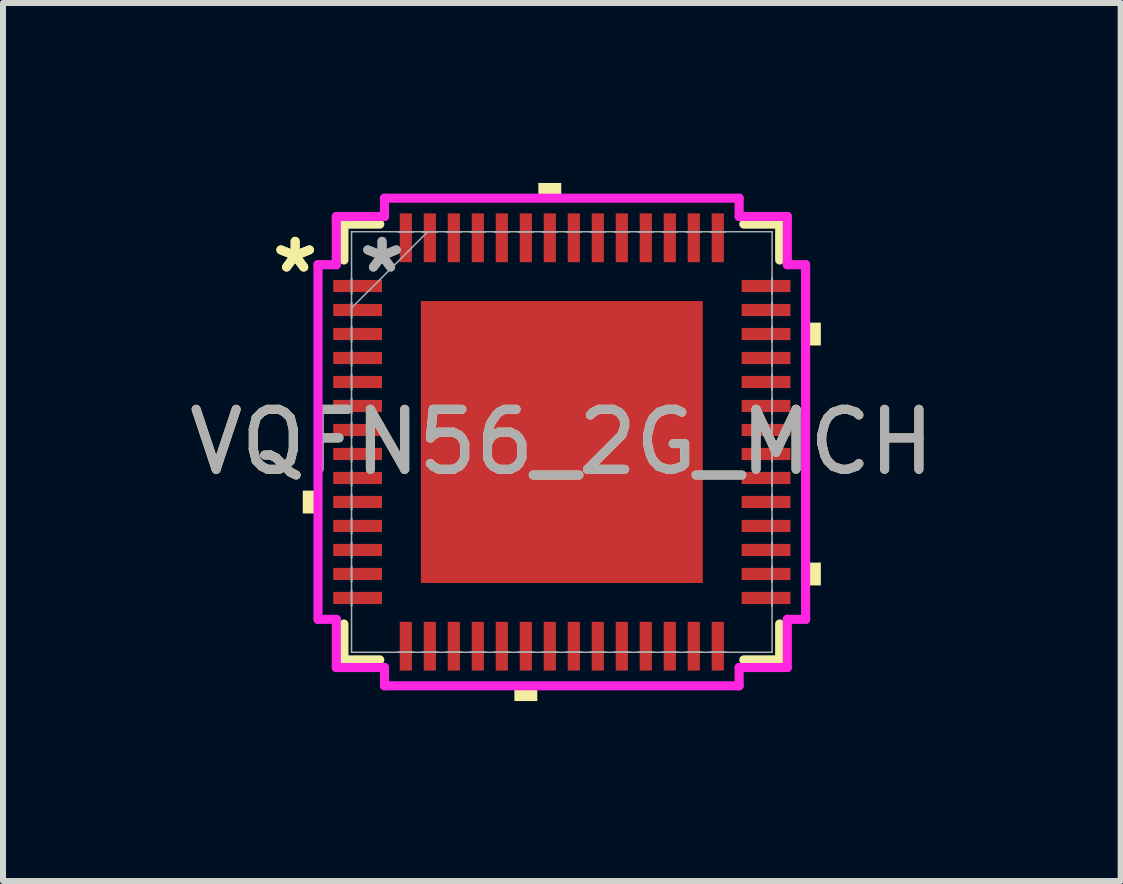
<source format=kicad_pcb>
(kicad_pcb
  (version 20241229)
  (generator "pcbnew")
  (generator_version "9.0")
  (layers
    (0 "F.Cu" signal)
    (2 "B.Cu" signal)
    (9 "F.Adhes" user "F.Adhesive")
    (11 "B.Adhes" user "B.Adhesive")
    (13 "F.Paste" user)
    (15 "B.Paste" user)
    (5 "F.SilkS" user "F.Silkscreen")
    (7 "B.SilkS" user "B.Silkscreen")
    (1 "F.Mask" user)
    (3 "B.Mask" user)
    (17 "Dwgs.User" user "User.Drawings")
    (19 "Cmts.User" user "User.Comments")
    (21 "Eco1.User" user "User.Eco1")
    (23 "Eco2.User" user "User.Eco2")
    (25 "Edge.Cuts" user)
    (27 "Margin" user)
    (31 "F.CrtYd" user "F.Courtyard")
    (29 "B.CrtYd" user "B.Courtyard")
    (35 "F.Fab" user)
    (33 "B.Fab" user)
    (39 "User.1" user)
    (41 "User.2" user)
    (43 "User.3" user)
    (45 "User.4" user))
  (footprint "VQFN56_2G_MCH"
    (layer "F.Cu")
    (at 6.315 4.318)
    (property "Reference" "VQFN56_2G_MCH" (at 0 0 0) (unlocked yes) (layer "F.SilkS") (effects (font (size 1 1) (thickness 0.15))))
    (attr smd)
    (fp_line (start -3.632 -3.632) (end -3.632 -3.034) (stroke (width 0.152) (type solid)) (layer "F.SilkS"))
    (fp_line (start -3.632 3.034) (end -3.632 3.632) (stroke (width 0.152) (type solid)) (layer "F.SilkS"))
    (fp_line (start -3.632 3.632) (end -3.034 3.632) (stroke (width 0.152) (type solid)) (layer "F.SilkS"))
    (fp_line (start -3.034 -3.632) (end -3.632 -3.632) (stroke (width 0.152) (type solid)) (layer "F.SilkS"))
    (fp_line (start 3.034 3.632) (end 3.632 3.632) (stroke (width 0.152) (type solid)) (layer "F.SilkS"))
    (fp_line (start 3.632 -3.632) (end 3.034 -3.632) (stroke (width 0.152) (type solid)) (layer "F.SilkS"))
    (fp_line (start 3.632 -3.034) (end 3.632 -3.632) (stroke (width 0.152) (type solid)) (layer "F.SilkS"))
    (fp_line (start 3.632 3.632) (end 3.632 3.034) (stroke (width 0.152) (type solid)) (layer "F.SilkS"))
    (fp_poly (pts (xy -4.318 0.81) (xy -4.318 1.191) (xy -4.064 1.191) (xy -4.064 0.81)) (stroke (width 0) (type solid)) (fill yes) (layer "F.SilkS"))
    (fp_poly (pts (xy -0.79 4.064) (xy -0.79 4.318) (xy -0.409 4.318) (xy -0.409 4.064)) (stroke (width 0) (type solid)) (fill yes) (layer "F.SilkS"))
    (fp_poly (pts (xy -0.391 -4.064) (xy -0.391 -4.318) (xy -0.009 -4.318) (xy -0.009 -4.064)) (stroke (width 0) (type solid)) (fill yes) (layer "F.SilkS"))
    (fp_poly (pts (xy 4.318 -1.99) (xy 4.318 -1.609) (xy 4.064 -1.609) (xy 4.064 -1.99)) (stroke (width 0) (type solid)) (fill yes) (layer "F.SilkS"))
    (fp_poly (pts (xy 4.318 2.01) (xy 4.318 2.391) (xy 4.064 2.391) (xy 4.064 2.01)) (stroke (width 0) (type solid)) (fill yes) (layer "F.SilkS"))
    (fp_poly (pts (xy -2.249 -2.249) (xy -2.249 -0.883) (xy -0.883 -0.883) (xy -0.883 -2.249)) (stroke (width 0) (type solid)) (fill yes) (layer "F.Paste"))
    (fp_poly (pts (xy -2.249 -0.683) (xy -2.249 0.683) (xy -0.883 0.683) (xy -0.883 -0.683)) (stroke (width 0) (type solid)) (fill yes) (layer "F.Paste"))
    (fp_poly (pts (xy -2.249 0.883) (xy -2.249 2.249) (xy -0.883 2.249) (xy -0.883 0.883)) (stroke (width 0) (type solid)) (fill yes) (layer "F.Paste"))
    (fp_poly (pts (xy -0.683 -2.249) (xy -0.683 -0.883) (xy 0.683 -0.883) (xy 0.683 -2.249)) (stroke (width 0) (type solid)) (fill yes) (layer "F.Paste"))
    (fp_poly (pts (xy -0.683 -0.683) (xy -0.683 0.683) (xy 0.683 0.683) (xy 0.683 -0.683)) (stroke (width 0) (type solid)) (fill yes) (layer "F.Paste"))
    (fp_poly (pts (xy -0.683 0.883) (xy -0.683 2.249) (xy 0.683 2.249) (xy 0.683 0.883)) (stroke (width 0) (type solid)) (fill yes) (layer "F.Paste"))
    (fp_poly (pts (xy 0.883 -2.249) (xy 0.883 -0.883) (xy 2.249 -0.883) (xy 2.249 -2.249)) (stroke (width 0) (type solid)) (fill yes) (layer "F.Paste"))
    (fp_poly (pts (xy 0.883 -0.683) (xy 0.883 0.683) (xy 2.249 0.683) (xy 2.249 -0.683)) (stroke (width 0) (type solid)) (fill yes) (layer "F.Paste"))
    (fp_poly (pts (xy 0.883 0.883) (xy 0.883 2.249) (xy 2.249 2.249) (xy 2.249 0.883)) (stroke (width 0) (type solid)) (fill yes) (layer "F.Paste"))
    (fp_line (start -4.064 -2.956) (end -3.759 -2.956) (stroke (width 0.152) (type solid)) (layer "F.CrtYd"))
    (fp_line (start -4.064 2.956) (end -4.064 -2.956) (stroke (width 0.152) (type solid)) (layer "F.CrtYd"))
    (fp_line (start -3.759 -3.759) (end -2.956 -3.759) (stroke (width 0.152) (type solid)) (layer "F.CrtYd"))
    (fp_line (start -3.759 -2.956) (end -3.759 -3.759) (stroke (width 0.152) (type solid)) (layer "F.CrtYd"))
    (fp_line (start -3.759 2.956) (end -4.064 2.956) (stroke (width 0.152) (type solid)) (layer "F.CrtYd"))
    (fp_line (start -3.759 3.759) (end -3.759 2.956) (stroke (width 0.152) (type solid)) (layer "F.CrtYd"))
    (fp_line (start -2.956 -4.064) (end 2.956 -4.064) (stroke (width 0.152) (type solid)) (layer "F.CrtYd"))
    (fp_line (start -2.956 -3.759) (end -2.956 -4.064) (stroke (width 0.152) (type solid)) (layer "F.CrtYd"))
    (fp_line (start -2.956 3.759) (end -3.759 3.759) (stroke (width 0.152) (type solid)) (layer "F.CrtYd"))
    (fp_line (start -2.956 4.064) (end -2.956 3.759) (stroke (width 0.152) (type solid)) (layer "F.CrtYd"))
    (fp_line (start 2.956 -4.064) (end 2.956 -3.759) (stroke (width 0.152) (type solid)) (layer "F.CrtYd"))
    (fp_line (start 2.956 -3.759) (end 3.759 -3.759) (stroke (width 0.152) (type solid)) (layer "F.CrtYd"))
    (fp_line (start 2.956 3.759) (end 2.956 4.064) (stroke (width 0.152) (type solid)) (layer "F.CrtYd"))
    (fp_line (start 2.956 4.064) (end -2.956 4.064) (stroke (width 0.152) (type solid)) (layer "F.CrtYd"))
    (fp_line (start 3.759 -3.759) (end 3.759 -2.956) (stroke (width 0.152) (type solid)) (layer "F.CrtYd"))
    (fp_line (start 3.759 -2.956) (end 4.064 -2.956) (stroke (width 0.152) (type solid)) (layer "F.CrtYd"))
    (fp_line (start 3.759 2.956) (end 3.759 3.759) (stroke (width 0.152) (type solid)) (layer "F.CrtYd"))
    (fp_line (start 3.759 3.759) (end 2.956 3.759) (stroke (width 0.152) (type solid)) (layer "F.CrtYd"))
    (fp_line (start 4.064 -2.956) (end 4.064 2.956) (stroke (width 0.152) (type solid)) (layer "F.CrtYd"))
    (fp_line (start 4.064 2.956) (end 3.759 2.956) (stroke (width 0.152) (type solid)) (layer "F.CrtYd"))
    (fp_line (start -3.505 -3.505) (end -3.505 -3.505) (stroke (width 0.025) (type solid)) (layer "F.Fab"))
    (fp_line (start -3.505 -3.505) (end -3.505 3.505) (stroke (width 0.025) (type solid)) (layer "F.Fab"))
    (fp_line (start -3.505 -2.727) (end -3.505 -2.727) (stroke (width 0.025) (type solid)) (layer "F.Fab"))
    (fp_line (start -3.505 -2.727) (end -3.505 -2.473) (stroke (width 0.025) (type solid)) (layer "F.Fab"))
    (fp_line (start -3.505 -2.473) (end -3.505 -2.727) (stroke (width 0.025) (type solid)) (layer "F.Fab"))
    (fp_line (start -3.505 -2.473) (end -3.505 -2.473) (stroke (width 0.025) (type solid)) (layer "F.Fab"))
    (fp_line (start -3.505 -2.327) (end -3.505 -2.327) (stroke (width 0.025) (type solid)) (layer "F.Fab"))
    (fp_line (start -3.505 -2.327) (end -3.505 -2.073) (stroke (width 0.025) (type solid)) (layer "F.Fab"))
    (fp_line (start -3.505 -2.235) (end -2.235 -3.505) (stroke (width 0.025) (type solid)) (layer "F.Fab"))
    (fp_line (start -3.505 -2.073) (end -3.505 -2.327) (stroke (width 0.025) (type solid)) (layer "F.Fab"))
    (fp_line (start -3.505 -2.073) (end -3.505 -2.073) (stroke (width 0.025) (type solid)) (layer "F.Fab"))
    (fp_line (start -3.505 -1.927) (end -3.505 -1.927) (stroke (width 0.025) (type solid)) (layer "F.Fab"))
    (fp_line (start -3.505 -1.927) (end -3.505 -1.673) (stroke (width 0.025) (type solid)) (layer "F.Fab"))
    (fp_line (start -3.505 -1.673) (end -3.505 -1.927) (stroke (width 0.025) (type solid)) (layer "F.Fab"))
    (fp_line (start -3.505 -1.673) (end -3.505 -1.673) (stroke (width 0.025) (type solid)) (layer "F.Fab"))
    (fp_line (start -3.505 -1.527) (end -3.505 -1.527) (stroke (width 0.025) (type solid)) (layer "F.Fab"))
    (fp_line (start -3.505 -1.527) (end -3.505 -1.273) (stroke (width 0.025) (type solid)) (layer "F.Fab"))
    (fp_line (start -3.505 -1.273) (end -3.505 -1.527) (stroke (width 0.025) (type solid)) (layer "F.Fab"))
    (fp_line (start -3.505 -1.273) (end -3.505 -1.273) (stroke (width 0.025) (type solid)) (layer "F.Fab"))
    (fp_line (start -3.505 -1.127) (end -3.505 -1.127) (stroke (width 0.025) (type solid)) (layer "F.Fab"))
    (fp_line (start -3.505 -1.127) (end -3.505 -0.873) (stroke (width 0.025) (type solid)) (layer "F.Fab"))
    (fp_line (start -3.505 -0.873) (end -3.505 -1.127) (stroke (width 0.025) (type solid)) (layer "F.Fab"))
    (fp_line (start -3.505 -0.873) (end -3.505 -0.873) (stroke (width 0.025) (type solid)) (layer "F.Fab"))
    (fp_line (start -3.505 -0.727) (end -3.505 -0.727) (stroke (width 0.025) (type solid)) (layer "F.Fab"))
    (fp_line (start -3.505 -0.727) (end -3.505 -0.473) (stroke (width 0.025) (type solid)) (layer "F.Fab"))
    (fp_line (start -3.505 -0.473) (end -3.505 -0.727) (stroke (width 0.025) (type solid)) (layer "F.Fab"))
    (fp_line (start -3.505 -0.473) (end -3.505 -0.473) (stroke (width 0.025) (type solid)) (layer "F.Fab"))
    (fp_line (start -3.505 -0.327) (end -3.505 -0.327) (stroke (width 0.025) (type solid)) (layer "F.Fab"))
    (fp_line (start -3.505 -0.327) (end -3.505 -0.073) (stroke (width 0.025) (type solid)) (layer "F.Fab"))
    (fp_line (start -3.505 -0.073) (end -3.505 -0.327) (stroke (width 0.025) (type solid)) (layer "F.Fab"))
    (fp_line (start -3.505 -0.073) (end -3.505 -0.073) (stroke (width 0.025) (type solid)) (layer "F.Fab"))
    (fp_line (start -3.505 0.073) (end -3.505 0.073) (stroke (width 0.025) (type solid)) (layer "F.Fab"))
    (fp_line (start -3.505 0.073) (end -3.505 0.327) (stroke (width 0.025) (type solid)) (layer "F.Fab"))
    (fp_line (start -3.505 0.327) (end -3.505 0.073) (stroke (width 0.025) (type solid)) (layer "F.Fab"))
    (fp_line (start -3.505 0.327) (end -3.505 0.327) (stroke (width 0.025) (type solid)) (layer "F.Fab"))
    (fp_line (start -3.505 0.473) (end -3.505 0.473) (stroke (width 0.025) (type solid)) (layer "F.Fab"))
    (fp_line (start -3.505 0.473) (end -3.505 0.727) (stroke (width 0.025) (type solid)) (layer "F.Fab"))
    (fp_line (start -3.505 0.727) (end -3.505 0.473) (stroke (width 0.025) (type solid)) (layer "F.Fab"))
    (fp_line (start -3.505 0.727) (end -3.505 0.727) (stroke (width 0.025) (type solid)) (layer "F.Fab"))
    (fp_line (start -3.505 0.873) (end -3.505 0.873) (stroke (width 0.025) (type solid)) (layer "F.Fab"))
    (fp_line (start -3.505 0.873) (end -3.505 1.127) (stroke (width 0.025) (type solid)) (layer "F.Fab"))
    (fp_line (start -3.505 1.127) (end -3.505 0.873) (stroke (width 0.025) (type solid)) (layer "F.Fab"))
    (fp_line (start -3.505 1.127) (end -3.505 1.127) (stroke (width 0.025) (type solid)) (layer "F.Fab"))
    (fp_line (start -3.505 1.273) (end -3.505 1.273) (stroke (width 0.025) (type solid)) (layer "F.Fab"))
    (fp_line (start -3.505 1.273) (end -3.505 1.527) (stroke (width 0.025) (type solid)) (layer "F.Fab"))
    (fp_line (start -3.505 1.527) (end -3.505 1.273) (stroke (width 0.025) (type solid)) (layer "F.Fab"))
    (fp_line (start -3.505 1.527) (end -3.505 1.527) (stroke (width 0.025) (type solid)) (layer "F.Fab"))
    (fp_line (start -3.505 1.673) (end -3.505 1.673) (stroke (width 0.025) (type solid)) (layer "F.Fab"))
    (fp_line (start -3.505 1.673) (end -3.505 1.927) (stroke (width 0.025) (type solid)) (layer "F.Fab"))
    (fp_line (start -3.505 1.927) (end -3.505 1.673) (stroke (width 0.025) (type solid)) (layer "F.Fab"))
    (fp_line (start -3.505 1.927) (end -3.505 1.927) (stroke (width 0.025) (type solid)) (layer "F.Fab"))
    (fp_line (start -3.505 2.073) (end -3.505 2.073) (stroke (width 0.025) (type solid)) (layer "F.Fab"))
    (fp_line (start -3.505 2.073) (end -3.505 2.327) (stroke (width 0.025) (type solid)) (layer "F.Fab"))
    (fp_line (start -3.505 2.327) (end -3.505 2.073) (stroke (width 0.025) (type solid)) (layer "F.Fab"))
    (fp_line (start -3.505 2.327) (end -3.505 2.327) (stroke (width 0.025) (type solid)) (layer "F.Fab"))
    (fp_line (start -3.505 2.473) (end -3.505 2.473) (stroke (width 0.025) (type solid)) (layer "F.Fab"))
    (fp_line (start -3.505 2.473) (end -3.505 2.727) (stroke (width 0.025) (type solid)) (layer "F.Fab"))
    (fp_line (start -3.505 2.727) (end -3.505 2.473) (stroke (width 0.025) (type solid)) (layer "F.Fab"))
    (fp_line (start -3.505 2.727) (end -3.505 2.727) (stroke (width 0.025) (type solid)) (layer "F.Fab"))
    (fp_line (start -3.505 3.505) (end -3.505 3.505) (stroke (width 0.025) (type solid)) (layer "F.Fab"))
    (fp_line (start -3.505 3.505) (end 3.505 3.505) (stroke (width 0.025) (type solid)) (layer "F.Fab"))
    (fp_line (start -2.727 -3.505) (end -2.727 -3.505) (stroke (width 0.025) (type solid)) (layer "F.Fab"))
    (fp_line (start -2.727 -3.505) (end -2.473 -3.505) (stroke (width 0.025) (type solid)) (layer "F.Fab"))
    (fp_line (start -2.727 3.505) (end -2.727 3.505) (stroke (width 0.025) (type solid)) (layer "F.Fab"))
    (fp_line (start -2.727 3.505) (end -2.473 3.505) (stroke (width 0.025) (type solid)) (layer "F.Fab"))
    (fp_line (start -2.473 -3.505) (end -2.727 -3.505) (stroke (width 0.025) (type solid)) (layer "F.Fab"))
    (fp_line (start -2.473 -3.505) (end -2.473 -3.505) (stroke (width 0.025) (type solid)) (layer "F.Fab"))
    (fp_line (start -2.473 3.505) (end -2.727 3.505) (stroke (width 0.025) (type solid)) (layer "F.Fab"))
    (fp_line (start -2.473 3.505) (end -2.473 3.505) (stroke (width 0.025) (type solid)) (layer "F.Fab"))
    (fp_line (start -2.327 -3.505) (end -2.327 -3.505) (stroke (width 0.025) (type solid)) (layer "F.Fab"))
    (fp_line (start -2.327 -3.505) (end -2.073 -3.505) (stroke (width 0.025) (type solid)) (layer "F.Fab"))
    (fp_line (start -2.327 3.505) (end -2.327 3.505) (stroke (width 0.025) (type solid)) (layer "F.Fab"))
    (fp_line (start -2.327 3.505) (end -2.073 3.505) (stroke (width 0.025) (type solid)) (layer "F.Fab"))
    (fp_line (start -2.073 -3.505) (end -2.327 -3.505) (stroke (width 0.025) (type solid)) (layer "F.Fab"))
    (fp_line (start -2.073 -3.505) (end -2.073 -3.505) (stroke (width 0.025) (type solid)) (layer "F.Fab"))
    (fp_line (start -2.073 3.505) (end -2.327 3.505) (stroke (width 0.025) (type solid)) (layer "F.Fab"))
    (fp_line (start -2.073 3.505) (end -2.073 3.505) (stroke (width 0.025) (type solid)) (layer "F.Fab"))
    (fp_line (start -1.927 -3.505) (end -1.927 -3.505) (stroke (width 0.025) (type solid)) (layer "F.Fab"))
    (fp_line (start -1.927 -3.505) (end -1.673 -3.505) (stroke (width 0.025) (type solid)) (layer "F.Fab"))
    (fp_line (start -1.927 3.505) (end -1.927 3.505) (stroke (width 0.025) (type solid)) (layer "F.Fab"))
    (fp_line (start -1.927 3.505) (end -1.673 3.505) (stroke (width 0.025) (type solid)) (layer "F.Fab"))
    (fp_line (start -1.673 -3.505) (end -1.927 -3.505) (stroke (width 0.025) (type solid)) (layer "F.Fab"))
    (fp_line (start -1.673 -3.505) (end -1.673 -3.505) (stroke (width 0.025) (type solid)) (layer "F.Fab"))
    (fp_line (start -1.673 3.505) (end -1.927 3.505) (stroke (width 0.025) (type solid)) (layer "F.Fab"))
    (fp_line (start -1.673 3.505) (end -1.673 3.505) (stroke (width 0.025) (type solid)) (layer "F.Fab"))
    (fp_line (start -1.527 -3.505) (end -1.527 -3.505) (stroke (width 0.025) (type solid)) (layer "F.Fab"))
    (fp_line (start -1.527 -3.505) (end -1.273 -3.505) (stroke (width 0.025) (type solid)) (layer "F.Fab"))
    (fp_line (start -1.527 3.505) (end -1.527 3.505) (stroke (width 0.025) (type solid)) (layer "F.Fab"))
    (fp_line (start -1.527 3.505) (end -1.273 3.505) (stroke (width 0.025) (type solid)) (layer "F.Fab"))
    (fp_line (start -1.273 -3.505) (end -1.527 -3.505) (stroke (width 0.025) (type solid)) (layer "F.Fab"))
    (fp_line (start -1.273 -3.505) (end -1.273 -3.505) (stroke (width 0.025) (type solid)) (layer "F.Fab"))
    (fp_line (start -1.273 3.505) (end -1.527 3.505) (stroke (width 0.025) (type solid)) (layer "F.Fab"))
    (fp_line (start -1.273 3.505) (end -1.273 3.505) (stroke (width 0.025) (type solid)) (layer "F.Fab"))
    (fp_line (start -1.127 -3.505) (end -1.127 -3.505) (stroke (width 0.025) (type solid)) (layer "F.Fab"))
    (fp_line (start -1.127 -3.505) (end -0.873 -3.505) (stroke (width 0.025) (type solid)) (layer "F.Fab"))
    (fp_line (start -1.127 3.505) (end -1.127 3.505) (stroke (width 0.025) (type solid)) (layer "F.Fab"))
    (fp_line (start -1.127 3.505) (end -0.873 3.505) (stroke (width 0.025) (type solid)) (layer "F.Fab"))
    (fp_line (start -0.873 -3.505) (end -1.127 -3.505) (stroke (width 0.025) (type solid)) (layer "F.Fab"))
    (fp_line (start -0.873 -3.505) (end -0.873 -3.505) (stroke (width 0.025) (type solid)) (layer "F.Fab"))
    (fp_line (start -0.873 3.505) (end -1.127 3.505) (stroke (width 0.025) (type solid)) (layer "F.Fab"))
    (fp_line (start -0.873 3.505) (end -0.873 3.505) (stroke (width 0.025) (type solid)) (layer "F.Fab"))
    (fp_line (start -0.727 -3.505) (end -0.727 -3.505) (stroke (width 0.025) (type solid)) (layer "F.Fab"))
    (fp_line (start -0.727 -3.505) (end -0.473 -3.505) (stroke (width 0.025) (type solid)) (layer "F.Fab"))
    (fp_line (start -0.727 3.505) (end -0.727 3.505) (stroke (width 0.025) (type solid)) (layer "F.Fab"))
    (fp_line (start -0.727 3.505) (end -0.473 3.505) (stroke (width 0.025) (type solid)) (layer "F.Fab"))
    (fp_line (start -0.473 -3.505) (end -0.727 -3.505) (stroke (width 0.025) (type solid)) (layer "F.Fab"))
    (fp_line (start -0.473 -3.505) (end -0.473 -3.505) (stroke (width 0.025) (type solid)) (layer "F.Fab"))
    (fp_line (start -0.473 3.505) (end -0.727 3.505) (stroke (width 0.025) (type solid)) (layer "F.Fab"))
    (fp_line (start -0.473 3.505) (end -0.473 3.505) (stroke (width 0.025) (type solid)) (layer "F.Fab"))
    (fp_line (start -0.327 -3.505) (end -0.327 -3.505) (stroke (width 0.025) (type solid)) (layer "F.Fab"))
    (fp_line (start -0.327 -3.505) (end -0.073 -3.505) (stroke (width 0.025) (type solid)) (layer "F.Fab"))
    (fp_line (start -0.327 3.505) (end -0.327 3.505) (stroke (width 0.025) (type solid)) (layer "F.Fab"))
    (fp_line (start -0.327 3.505) (end -0.073 3.505) (stroke (width 0.025) (type solid)) (layer "F.Fab"))
    (fp_line (start -0.073 -3.505) (end -0.327 -3.505) (stroke (width 0.025) (type solid)) (layer "F.Fab"))
    (fp_line (start -0.073 -3.505) (end -0.073 -3.505) (stroke (width 0.025) (type solid)) (layer "F.Fab"))
    (fp_line (start -0.073 3.505) (end -0.327 3.505) (stroke (width 0.025) (type solid)) (layer "F.Fab"))
    (fp_line (start -0.073 3.505) (end -0.073 3.505) (stroke (width 0.025) (type solid)) (layer "F.Fab"))
    (fp_line (start 0.073 -3.505) (end 0.073 -3.505) (stroke (width 0.025) (type solid)) (layer "F.Fab"))
    (fp_line (start 0.073 -3.505) (end 0.327 -3.505) (stroke (width 0.025) (type solid)) (layer "F.Fab"))
    (fp_line (start 0.073 3.505) (end 0.073 3.505) (stroke (width 0.025) (type solid)) (layer "F.Fab"))
    (fp_line (start 0.073 3.505) (end 0.327 3.505) (stroke (width 0.025) (type solid)) (layer "F.Fab"))
    (fp_line (start 0.327 -3.505) (end 0.073 -3.505) (stroke (width 0.025) (type solid)) (layer "F.Fab"))
    (fp_line (start 0.327 -3.505) (end 0.327 -3.505) (stroke (width 0.025) (type solid)) (layer "F.Fab"))
    (fp_line (start 0.327 3.505) (end 0.073 3.505) (stroke (width 0.025) (type solid)) (layer "F.Fab"))
    (fp_line (start 0.327 3.505) (end 0.327 3.505) (stroke (width 0.025) (type solid)) (layer "F.Fab"))
    (fp_line (start 0.473 -3.505) (end 0.473 -3.505) (stroke (width 0.025) (type solid)) (layer "F.Fab"))
    (fp_line (start 0.473 -3.505) (end 0.727 -3.505) (stroke (width 0.025) (type solid)) (layer "F.Fab"))
    (fp_line (start 0.473 3.505) (end 0.473 3.505) (stroke (width 0.025) (type solid)) (layer "F.Fab"))
    (fp_line (start 0.473 3.505) (end 0.727 3.505) (stroke (width 0.025) (type solid)) (layer "F.Fab"))
    (fp_line (start 0.727 -3.505) (end 0.473 -3.505) (stroke (width 0.025) (type solid)) (layer "F.Fab"))
    (fp_line (start 0.727 -3.505) (end 0.727 -3.505) (stroke (width 0.025) (type solid)) (layer "F.Fab"))
    (fp_line (start 0.727 3.505) (end 0.473 3.505) (stroke (width 0.025) (type solid)) (layer "F.Fab"))
    (fp_line (start 0.727 3.505) (end 0.727 3.505) (stroke (width 0.025) (type solid)) (layer "F.Fab"))
    (fp_line (start 0.873 -3.505) (end 0.873 -3.505) (stroke (width 0.025) (type solid)) (layer "F.Fab"))
    (fp_line (start 0.873 -3.505) (end 1.127 -3.505) (stroke (width 0.025) (type solid)) (layer "F.Fab"))
    (fp_line (start 0.873 3.505) (end 0.873 3.505) (stroke (width 0.025) (type solid)) (layer "F.Fab"))
    (fp_line (start 0.873 3.505) (end 1.127 3.505) (stroke (width 0.025) (type solid)) (layer "F.Fab"))
    (fp_line (start 1.127 -3.505) (end 0.873 -3.505) (stroke (width 0.025) (type solid)) (layer "F.Fab"))
    (fp_line (start 1.127 -3.505) (end 1.127 -3.505) (stroke (width 0.025) (type solid)) (layer "F.Fab"))
    (fp_line (start 1.127 3.505) (end 0.873 3.505) (stroke (width 0.025) (type solid)) (layer "F.Fab"))
    (fp_line (start 1.127 3.505) (end 1.127 3.505) (stroke (width 0.025) (type solid)) (layer "F.Fab"))
    (fp_line (start 1.273 -3.505) (end 1.273 -3.505) (stroke (width 0.025) (type solid)) (layer "F.Fab"))
    (fp_line (start 1.273 -3.505) (end 1.527 -3.505) (stroke (width 0.025) (type solid)) (layer "F.Fab"))
    (fp_line (start 1.273 3.505) (end 1.273 3.505) (stroke (width 0.025) (type solid)) (layer "F.Fab"))
    (fp_line (start 1.273 3.505) (end 1.527 3.505) (stroke (width 0.025) (type solid)) (layer "F.Fab"))
    (fp_line (start 1.527 -3.505) (end 1.273 -3.505) (stroke (width 0.025) (type solid)) (layer "F.Fab"))
    (fp_line (start 1.527 -3.505) (end 1.527 -3.505) (stroke (width 0.025) (type solid)) (layer "F.Fab"))
    (fp_line (start 1.527 3.505) (end 1.273 3.505) (stroke (width 0.025) (type solid)) (layer "F.Fab"))
    (fp_line (start 1.527 3.505) (end 1.527 3.505) (stroke (width 0.025) (type solid)) (layer "F.Fab"))
    (fp_line (start 1.673 -3.505) (end 1.673 -3.505) (stroke (width 0.025) (type solid)) (layer "F.Fab"))
    (fp_line (start 1.673 -3.505) (end 1.927 -3.505) (stroke (width 0.025) (type solid)) (layer "F.Fab"))
    (fp_line (start 1.673 3.505) (end 1.673 3.505) (stroke (width 0.025) (type solid)) (layer "F.Fab"))
    (fp_line (start 1.673 3.505) (end 1.927 3.505) (stroke (width 0.025) (type solid)) (layer "F.Fab"))
    (fp_line (start 1.927 -3.505) (end 1.673 -3.505) (stroke (width 0.025) (type solid)) (layer "F.Fab"))
    (fp_line (start 1.927 -3.505) (end 1.927 -3.505) (stroke (width 0.025) (type solid)) (layer "F.Fab"))
    (fp_line (start 1.927 3.505) (end 1.673 3.505) (stroke (width 0.025) (type solid)) (layer "F.Fab"))
    (fp_line (start 1.927 3.505) (end 1.927 3.505) (stroke (width 0.025) (type solid)) (layer "F.Fab"))
    (fp_line (start 2.073 -3.505) (end 2.073 -3.505) (stroke (width 0.025) (type solid)) (layer "F.Fab"))
    (fp_line (start 2.073 -3.505) (end 2.327 -3.505) (stroke (width 0.025) (type solid)) (layer "F.Fab"))
    (fp_line (start 2.073 3.505) (end 2.073 3.505) (stroke (width 0.025) (type solid)) (layer "F.Fab"))
    (fp_line (start 2.073 3.505) (end 2.327 3.505) (stroke (width 0.025) (type solid)) (layer "F.Fab"))
    (fp_line (start 2.327 -3.505) (end 2.073 -3.505) (stroke (width 0.025) (type solid)) (layer "F.Fab"))
    (fp_line (start 2.327 -3.505) (end 2.327 -3.505) (stroke (width 0.025) (type solid)) (layer "F.Fab"))
    (fp_line (start 2.327 3.505) (end 2.073 3.505) (stroke (width 0.025) (type solid)) (layer "F.Fab"))
    (fp_line (start 2.327 3.505) (end 2.327 3.505) (stroke (width 0.025) (type solid)) (layer "F.Fab"))
    (fp_line (start 2.473 -3.505) (end 2.473 -3.505) (stroke (width 0.025) (type solid)) (layer "F.Fab"))
    (fp_line (start 2.473 -3.505) (end 2.727 -3.505) (stroke (width 0.025) (type solid)) (layer "F.Fab"))
    (fp_line (start 2.473 3.505) (end 2.473 3.505) (stroke (width 0.025) (type solid)) (layer "F.Fab"))
    (fp_line (start 2.473 3.505) (end 2.727 3.505) (stroke (width 0.025) (type solid)) (layer "F.Fab"))
    (fp_line (start 2.727 -3.505) (end 2.473 -3.505) (stroke (width 0.025) (type solid)) (layer "F.Fab"))
    (fp_line (start 2.727 -3.505) (end 2.727 -3.505) (stroke (width 0.025) (type solid)) (layer "F.Fab"))
    (fp_line (start 2.727 3.505) (end 2.473 3.505) (stroke (width 0.025) (type solid)) (layer "F.Fab"))
    (fp_line (start 2.727 3.505) (end 2.727 3.505) (stroke (width 0.025) (type solid)) (layer "F.Fab"))
    (fp_line (start 3.505 -3.505) (end -3.505 -3.505) (stroke (width 0.025) (type solid)) (layer "F.Fab"))
    (fp_line (start 3.505 -3.505) (end 3.505 -3.505) (stroke (width 0.025) (type solid)) (layer "F.Fab"))
    (fp_line (start 3.505 -2.727) (end 3.505 -2.727) (stroke (width 0.025) (type solid)) (layer "F.Fab"))
    (fp_line (start 3.505 -2.727) (end 3.505 -2.473) (stroke (width 0.025) (type solid)) (layer "F.Fab"))
    (fp_line (start 3.505 -2.473) (end 3.505 -2.727) (stroke (width 0.025) (type solid)) (layer "F.Fab"))
    (fp_line (start 3.505 -2.473) (end 3.505 -2.473) (stroke (width 0.025) (type solid)) (layer "F.Fab"))
    (fp_line (start 3.505 -2.327) (end 3.505 -2.327) (stroke (width 0.025) (type solid)) (layer "F.Fab"))
    (fp_line (start 3.505 -2.327) (end 3.505 -2.073) (stroke (width 0.025) (type solid)) (layer "F.Fab"))
    (fp_line (start 3.505 -2.073) (end 3.505 -2.327) (stroke (width 0.025) (type solid)) (layer "F.Fab"))
    (fp_line (start 3.505 -2.073) (end 3.505 -2.073) (stroke (width 0.025) (type solid)) (layer "F.Fab"))
    (fp_line (start 3.505 -1.927) (end 3.505 -1.927) (stroke (width 0.025) (type solid)) (layer "F.Fab"))
    (fp_line (start 3.505 -1.927) (end 3.505 -1.673) (stroke (width 0.025) (type solid)) (layer "F.Fab"))
    (fp_line (start 3.505 -1.673) (end 3.505 -1.927) (stroke (width 0.025) (type solid)) (layer "F.Fab"))
    (fp_line (start 3.505 -1.673) (end 3.505 -1.673) (stroke (width 0.025) (type solid)) (layer "F.Fab"))
    (fp_line (start 3.505 -1.527) (end 3.505 -1.527) (stroke (width 0.025) (type solid)) (layer "F.Fab"))
    (fp_line (start 3.505 -1.527) (end 3.505 -1.273) (stroke (width 0.025) (type solid)) (layer "F.Fab"))
    (fp_line (start 3.505 -1.273) (end 3.505 -1.527) (stroke (width 0.025) (type solid)) (layer "F.Fab"))
    (fp_line (start 3.505 -1.273) (end 3.505 -1.273) (stroke (width 0.025) (type solid)) (layer "F.Fab"))
    (fp_line (start 3.505 -1.127) (end 3.505 -1.127) (stroke (width 0.025) (type solid)) (layer "F.Fab"))
    (fp_line (start 3.505 -1.127) (end 3.505 -0.873) (stroke (width 0.025) (type solid)) (layer "F.Fab"))
    (fp_line (start 3.505 -0.873) (end 3.505 -1.127) (stroke (width 0.025) (type solid)) (layer "F.Fab"))
    (fp_line (start 3.505 -0.873) (end 3.505 -0.873) (stroke (width 0.025) (type solid)) (layer "F.Fab"))
    (fp_line (start 3.505 -0.727) (end 3.505 -0.727) (stroke (width 0.025) (type solid)) (layer "F.Fab"))
    (fp_line (start 3.505 -0.727) (end 3.505 -0.473) (stroke (width 0.025) (type solid)) (layer "F.Fab"))
    (fp_line (start 3.505 -0.473) (end 3.505 -0.727) (stroke (width 0.025) (type solid)) (layer "F.Fab"))
    (fp_line (start 3.505 -0.473) (end 3.505 -0.473) (stroke (width 0.025) (type solid)) (layer "F.Fab"))
    (fp_line (start 3.505 -0.327) (end 3.505 -0.327) (stroke (width 0.025) (type solid)) (layer "F.Fab"))
    (fp_line (start 3.505 -0.327) (end 3.505 -0.073) (stroke (width 0.025) (type solid)) (layer "F.Fab"))
    (fp_line (start 3.505 -0.073) (end 3.505 -0.327) (stroke (width 0.025) (type solid)) (layer "F.Fab"))
    (fp_line (start 3.505 -0.073) (end 3.505 -0.073) (stroke (width 0.025) (type solid)) (layer "F.Fab"))
    (fp_line (start 3.505 0.073) (end 3.505 0.073) (stroke (width 0.025) (type solid)) (layer "F.Fab"))
    (fp_line (start 3.505 0.073) (end 3.505 0.327) (stroke (width 0.025) (type solid)) (layer "F.Fab"))
    (fp_line (start 3.505 0.327) (end 3.505 0.073) (stroke (width 0.025) (type solid)) (layer "F.Fab"))
    (fp_line (start 3.505 0.327) (end 3.505 0.327) (stroke (width 0.025) (type solid)) (layer "F.Fab"))
    (fp_line (start 3.505 0.473) (end 3.505 0.473) (stroke (width 0.025) (type solid)) (layer "F.Fab"))
    (fp_line (start 3.505 0.473) (end 3.505 0.727) (stroke (width 0.025) (type solid)) (layer "F.Fab"))
    (fp_line (start 3.505 0.727) (end 3.505 0.473) (stroke (width 0.025) (type solid)) (layer "F.Fab"))
    (fp_line (start 3.505 0.727) (end 3.505 0.727) (stroke (width 0.025) (type solid)) (layer "F.Fab"))
    (fp_line (start 3.505 0.873) (end 3.505 0.873) (stroke (width 0.025) (type solid)) (layer "F.Fab"))
    (fp_line (start 3.505 0.873) (end 3.505 1.127) (stroke (width 0.025) (type solid)) (layer "F.Fab"))
    (fp_line (start 3.505 1.127) (end 3.505 0.873) (stroke (width 0.025) (type solid)) (layer "F.Fab"))
    (fp_line (start 3.505 1.127) (end 3.505 1.127) (stroke (width 0.025) (type solid)) (layer "F.Fab"))
    (fp_line (start 3.505 1.273) (end 3.505 1.273) (stroke (width 0.025) (type solid)) (layer "F.Fab"))
    (fp_line (start 3.505 1.273) (end 3.505 1.527) (stroke (width 0.025) (type solid)) (layer "F.Fab"))
    (fp_line (start 3.505 1.527) (end 3.505 1.273) (stroke (width 0.025) (type solid)) (layer "F.Fab"))
    (fp_line (start 3.505 1.527) (end 3.505 1.527) (stroke (width 0.025) (type solid)) (layer "F.Fab"))
    (fp_line (start 3.505 1.673) (end 3.505 1.673) (stroke (width 0.025) (type solid)) (layer "F.Fab"))
    (fp_line (start 3.505 1.673) (end 3.505 1.927) (stroke (width 0.025) (type solid)) (layer "F.Fab"))
    (fp_line (start 3.505 1.927) (end 3.505 1.673) (stroke (width 0.025) (type solid)) (layer "F.Fab"))
    (fp_line (start 3.505 1.927) (end 3.505 1.927) (stroke (width 0.025) (type solid)) (layer "F.Fab"))
    (fp_line (start 3.505 2.073) (end 3.505 2.073) (stroke (width 0.025) (type solid)) (layer "F.Fab"))
    (fp_line (start 3.505 2.073) (end 3.505 2.327) (stroke (width 0.025) (type solid)) (layer "F.Fab"))
    (fp_line (start 3.505 2.327) (end 3.505 2.073) (stroke (width 0.025) (type solid)) (layer "F.Fab"))
    (fp_line (start 3.505 2.327) (end 3.505 2.327) (stroke (width 0.025) (type solid)) (layer "F.Fab"))
    (fp_line (start 3.505 2.473) (end 3.505 2.473) (stroke (width 0.025) (type solid)) (layer "F.Fab"))
    (fp_line (start 3.505 2.473) (end 3.505 2.727) (stroke (width 0.025) (type solid)) (layer "F.Fab"))
    (fp_line (start 3.505 2.727) (end 3.505 2.473) (stroke (width 0.025) (type solid)) (layer "F.Fab"))
    (fp_line (start 3.505 2.727) (end 3.505 2.727) (stroke (width 0.025) (type solid)) (layer "F.Fab"))
    (fp_line (start 3.505 3.505) (end 3.505 -3.505) (stroke (width 0.025) (type solid)) (layer "F.Fab"))
    (fp_line (start 3.505 3.505) (end 3.505 3.505) (stroke (width 0.025) (type solid)) (layer "F.Fab"))
    (fp_text user "*" (at -4.445 -2.8 0) (layer "F.SilkS") (effects (font (size 1 1) (thickness 0.15))))
    (fp_text user "*" (at -4.445 -2.8 0) (unlocked yes) (layer "F.SilkS") (effects (font (size 1 1) (thickness 0.15))))
    (fp_text user "${REFERENCE}" (at 0 0 0) (unlocked yes) (layer "F.Fab") (effects (font (size 1 1) (thickness 0.15))))
    (fp_text user "*" (at -2.997 -2.8 0) (layer "F.Fab") (effects (font (size 1 1) (thickness 0.15))))
    (fp_text user "*" (at -2.997 -2.8 0) (unlocked yes) (layer "F.Fab") (effects (font (size 1 1) (thickness 0.15))))
    (pad "1" smd rect (at -3.404 -2.6 90) (size 0.203 0.813) (layers "F.Cu" "F.Mask" "F.Paste"))
    (pad "2" smd rect (at -3.404 -2.2 90) (size 0.203 0.813) (layers "F.Cu" "F.Mask" "F.Paste"))
    (pad "3" smd rect (at -3.404 -1.8 90) (size 0.203 0.813) (layers "F.Cu" "F.Mask" "F.Paste"))
    (pad "4" smd rect (at -3.404 -1.4 90) (size 0.203 0.813) (layers "F.Cu" "F.Mask" "F.Paste"))
    (pad "5" smd rect (at -3.404 -1 90) (size 0.203 0.813) (layers "F.Cu" "F.Mask" "F.Paste"))
    (pad "6" smd rect (at -3.404 -0.6 90) (size 0.203 0.813) (layers "F.Cu" "F.Mask" "F.Paste"))
    (pad "7" smd rect (at -3.404 -0.2 90) (size 0.203 0.813) (layers "F.Cu" "F.Mask" "F.Paste"))
    (pad "8" smd rect (at -3.404 0.2 90) (size 0.203 0.813) (layers "F.Cu" "F.Mask" "F.Paste"))
    (pad "9" smd rect (at -3.404 0.6 90) (size 0.203 0.813) (layers "F.Cu" "F.Mask" "F.Paste"))
    (pad "10" smd rect (at -3.404 1 90) (size 0.203 0.813) (layers "F.Cu" "F.Mask" "F.Paste"))
    (pad "11" smd rect (at -3.404 1.4 90) (size 0.203 0.813) (layers "F.Cu" "F.Mask" "F.Paste"))
    (pad "12" smd rect (at -3.404 1.8 90) (size 0.203 0.813) (layers "F.Cu" "F.Mask" "F.Paste"))
    (pad "13" smd rect (at -3.404 2.2 90) (size 0.203 0.813) (layers "F.Cu" "F.Mask" "F.Paste"))
    (pad "14" smd rect (at -3.404 2.6 90) (size 0.203 0.813) (layers "F.Cu" "F.Mask" "F.Paste"))
    (pad "15" smd rect (at -2.6 3.404) (size 0.203 0.813) (layers "F.Cu" "F.Mask" "F.Paste"))
    (pad "16" smd rect (at -2.2 3.404) (size 0.203 0.813) (layers "F.Cu" "F.Mask" "F.Paste"))
    (pad "17" smd rect (at -1.8 3.404) (size 0.203 0.813) (layers "F.Cu" "F.Mask" "F.Paste"))
    (pad "18" smd rect (at -1.4 3.404) (size 0.203 0.813) (layers "F.Cu" "F.Mask" "F.Paste"))
    (pad "19" smd rect (at -1 3.404) (size 0.203 0.813) (layers "F.Cu" "F.Mask" "F.Paste"))
    (pad "20" smd rect (at -0.6 3.404) (size 0.203 0.813) (layers "F.Cu" "F.Mask" "F.Paste"))
    (pad "21" smd rect (at -0.2 3.404) (size 0.203 0.813) (layers "F.Cu" "F.Mask" "F.Paste"))
    (pad "22" smd rect (at 0.2 3.404) (size 0.203 0.813) (layers "F.Cu" "F.Mask" "F.Paste"))
    (pad "23" smd rect (at 0.6 3.404) (size 0.203 0.813) (layers "F.Cu" "F.Mask" "F.Paste"))
    (pad "24" smd rect (at 1 3.404) (size 0.203 0.813) (layers "F.Cu" "F.Mask" "F.Paste"))
    (pad "25" smd rect (at 1.4 3.404) (size 0.203 0.813) (layers "F.Cu" "F.Mask" "F.Paste"))
    (pad "26" smd rect (at 1.8 3.404) (size 0.203 0.813) (layers "F.Cu" "F.Mask" "F.Paste"))
    (pad "27" smd rect (at 2.2 3.404) (size 0.203 0.813) (layers "F.Cu" "F.Mask" "F.Paste"))
    (pad "28" smd rect (at 2.6 3.404) (size 0.203 0.813) (layers "F.Cu" "F.Mask" "F.Paste"))
    (pad "29" smd rect (at 3.404 2.6 90) (size 0.203 0.813) (layers "F.Cu" "F.Mask" "F.Paste"))
    (pad "30" smd rect (at 3.404 2.2 90) (size 0.203 0.813) (layers "F.Cu" "F.Mask" "F.Paste"))
    (pad "31" smd rect (at 3.404 1.8 90) (size 0.203 0.813) (layers "F.Cu" "F.Mask" "F.Paste"))
    (pad "32" smd rect (at 3.404 1.4 90) (size 0.203 0.813) (layers "F.Cu" "F.Mask" "F.Paste"))
    (pad "33" smd rect (at 3.404 1 90) (size 0.203 0.813) (layers "F.Cu" "F.Mask" "F.Paste"))
    (pad "34" smd rect (at 3.404 0.6 90) (size 0.203 0.813) (layers "F.Cu" "F.Mask" "F.Paste"))
    (pad "35" smd rect (at 3.404 0.2 90) (size 0.203 0.813) (layers "F.Cu" "F.Mask" "F.Paste"))
    (pad "36" smd rect (at 3.404 -0.2 90) (size 0.203 0.813) (layers "F.Cu" "F.Mask" "F.Paste"))
    (pad "37" smd rect (at 3.404 -0.6 90) (size 0.203 0.813) (layers "F.Cu" "F.Mask" "F.Paste"))
    (pad "38" smd rect (at 3.404 -1 90) (size 0.203 0.813) (layers "F.Cu" "F.Mask" "F.Paste"))
    (pad "39" smd rect (at 3.404 -1.4 90) (size 0.203 0.813) (layers "F.Cu" "F.Mask" "F.Paste"))
    (pad "40" smd rect (at 3.404 -1.8 90) (size 0.203 0.813) (layers "F.Cu" "F.Mask" "F.Paste"))
    (pad "41" smd rect (at 3.404 -2.2 90) (size 0.203 0.813) (layers "F.Cu" "F.Mask" "F.Paste"))
    (pad "42" smd rect (at 3.404 -2.6 90) (size 0.203 0.813) (layers "F.Cu" "F.Mask" "F.Paste"))
    (pad "43" smd rect (at 2.6 -3.404) (size 0.203 0.813) (layers "F.Cu" "F.Mask" "F.Paste"))
    (pad "44" smd rect (at 2.2 -3.404) (size 0.203 0.813) (layers "F.Cu" "F.Mask" "F.Paste"))
    (pad "45" smd rect (at 1.8 -3.404) (size 0.203 0.813) (layers "F.Cu" "F.Mask" "F.Paste"))
    (pad "46" smd rect (at 1.4 -3.404) (size 0.203 0.813) (layers "F.Cu" "F.Mask" "F.Paste"))
    (pad "47" smd rect (at 1 -3.404) (size 0.203 0.813) (layers "F.Cu" "F.Mask" "F.Paste"))
    (pad "48" smd rect (at 0.6 -3.404) (size 0.203 0.813) (layers "F.Cu" "F.Mask" "F.Paste"))
    (pad "49" smd rect (at 0.2 -3.404) (size 0.203 0.813) (layers "F.Cu" "F.Mask" "F.Paste"))
    (pad "50" smd rect (at -0.2 -3.404) (size 0.203 0.813) (layers "F.Cu" "F.Mask" "F.Paste"))
    (pad "51" smd rect (at -0.6 -3.404) (size 0.203 0.813) (layers "F.Cu" "F.Mask" "F.Paste"))
    (pad "52" smd rect (at -1 -3.404) (size 0.203 0.813) (layers "F.Cu" "F.Mask" "F.Paste"))
    (pad "53" smd rect (at -1.4 -3.404) (size 0.203 0.813) (layers "F.Cu" "F.Mask" "F.Paste"))
    (pad "54" smd rect (at -1.8 -3.404) (size 0.203 0.813) (layers "F.Cu" "F.Mask" "F.Paste"))
    (pad "55" smd rect (at -2.2 -3.404) (size 0.203 0.813) (layers "F.Cu" "F.Mask" "F.Paste"))
    (pad "56" smd rect (at -2.6 -3.404) (size 0.203 0.813) (layers "F.Cu" "F.Mask" "F.Paste"))
    (pad "57" smd rect (at 0 0) (size 4.699 4.699) (layers "F.Cu" "F.Mask")))
  (gr_rect
    (start -3 -3)
    (end 15.631 11.636)
    (stroke (width 0.1) (type default))
    (fill no)
    (layer "Edge.Cuts")))
</source>
